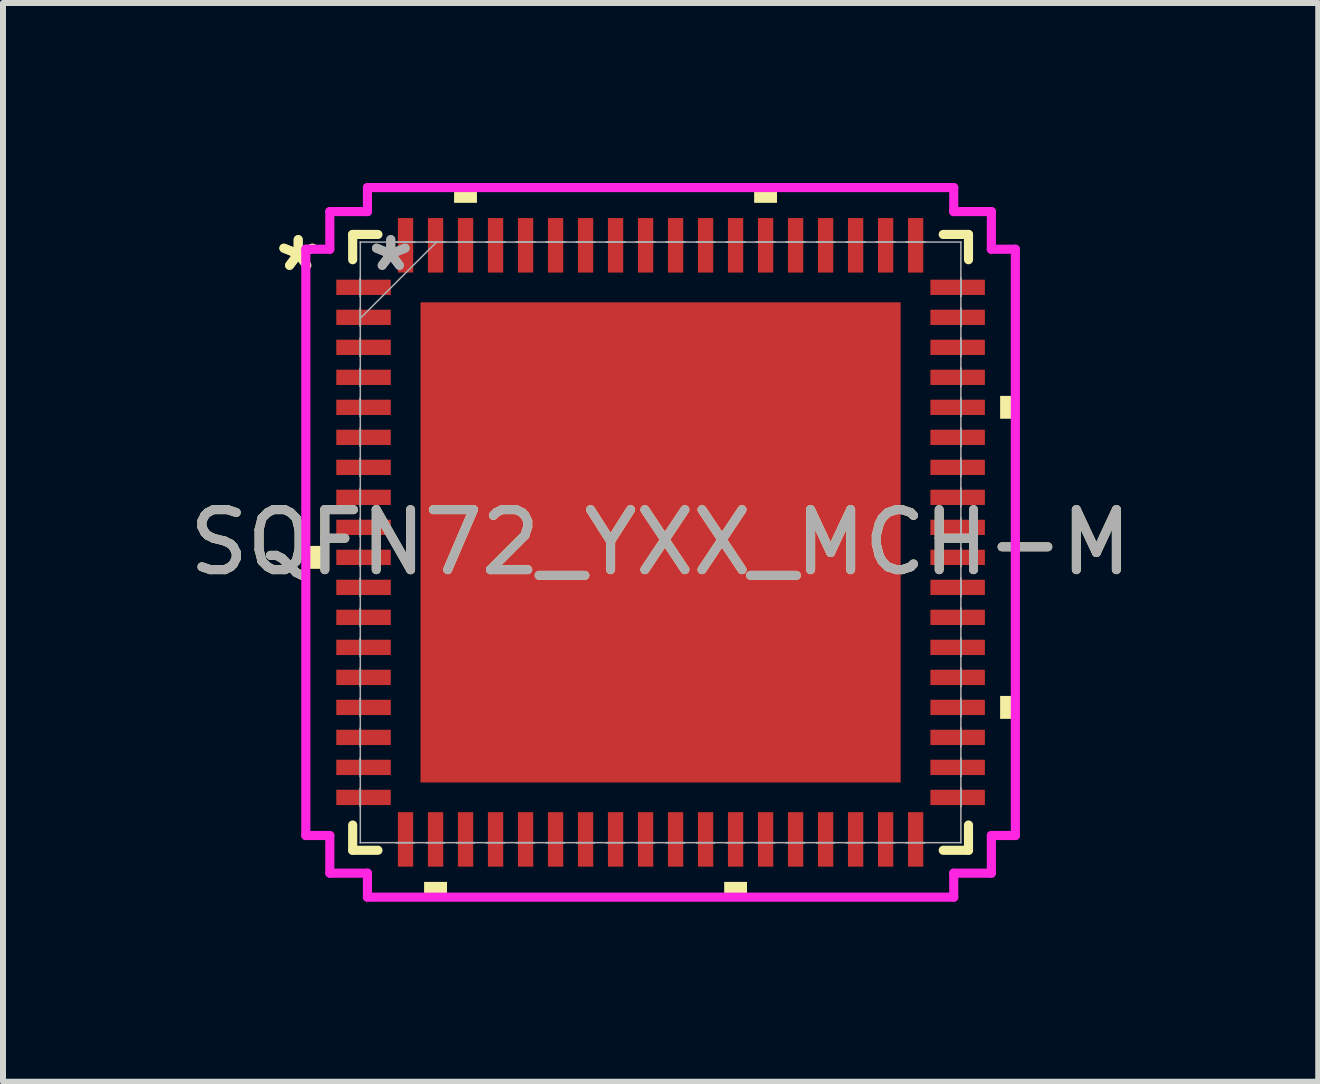
<source format=kicad_pcb>
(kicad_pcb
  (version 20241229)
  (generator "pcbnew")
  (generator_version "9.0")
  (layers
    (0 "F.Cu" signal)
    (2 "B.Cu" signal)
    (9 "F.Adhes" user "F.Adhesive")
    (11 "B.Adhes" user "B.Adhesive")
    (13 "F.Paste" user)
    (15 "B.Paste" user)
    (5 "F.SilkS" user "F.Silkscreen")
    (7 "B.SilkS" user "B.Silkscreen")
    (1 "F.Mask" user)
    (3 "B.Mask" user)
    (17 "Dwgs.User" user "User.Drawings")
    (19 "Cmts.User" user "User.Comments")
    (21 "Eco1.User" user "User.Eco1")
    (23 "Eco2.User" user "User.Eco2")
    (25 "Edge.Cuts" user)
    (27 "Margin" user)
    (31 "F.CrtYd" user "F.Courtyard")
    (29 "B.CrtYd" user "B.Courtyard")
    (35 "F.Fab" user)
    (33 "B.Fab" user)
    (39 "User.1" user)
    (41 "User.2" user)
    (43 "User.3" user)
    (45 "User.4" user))
  (footprint "SQFN72_YXX_MCH-M"
    (layer "F.Cu")
    (at 7.958 5.988)
    (property "Reference" "SQFN72_YXX_MCH-M" (at 0 0 0) (unlocked yes) (layer "F.SilkS") (effects (font (size 1 1) (thickness 0.15))))
    (attr smd)
    (fp_line (start -5.131 -5.131) (end -5.131 -4.71) (stroke (width 0.152) (type solid)) (layer "F.SilkS"))
    (fp_line (start -5.131 4.71) (end -5.131 5.131) (stroke (width 0.152) (type solid)) (layer "F.SilkS"))
    (fp_line (start -5.131 5.131) (end -4.71 5.131) (stroke (width 0.152) (type solid)) (layer "F.SilkS"))
    (fp_line (start -4.71 -5.131) (end -5.131 -5.131) (stroke (width 0.152) (type solid)) (layer "F.SilkS"))
    (fp_line (start 4.71 5.131) (end 5.131 5.131) (stroke (width 0.152) (type solid)) (layer "F.SilkS"))
    (fp_line (start 5.131 -5.131) (end 4.71 -5.131) (stroke (width 0.152) (type solid)) (layer "F.SilkS"))
    (fp_line (start 5.131 -4.71) (end 5.131 -5.131) (stroke (width 0.152) (type solid)) (layer "F.SilkS"))
    (fp_line (start 5.131 5.131) (end 5.131 4.71) (stroke (width 0.152) (type solid)) (layer "F.SilkS"))
    (fp_poly (pts (xy -5.912 0.059) (xy -5.912 0.441) (xy -5.658 0.441) (xy -5.658 0.059)) (stroke (width 0) (type solid)) (fill yes) (layer "F.SilkS"))
    (fp_poly (pts (xy -3.941 5.658) (xy -3.941 5.912) (xy -3.559 5.912) (xy -3.559 5.658)) (stroke (width 0) (type solid)) (fill yes) (layer "F.SilkS"))
    (fp_poly (pts (xy -3.441 -5.658) (xy -3.441 -5.912) (xy -3.06 -5.912) (xy -3.06 -5.658)) (stroke (width 0) (type solid)) (fill yes) (layer "F.SilkS"))
    (fp_poly (pts (xy 1.06 5.658) (xy 1.06 5.912) (xy 1.44 5.912) (xy 1.44 5.658)) (stroke (width 0) (type solid)) (fill yes) (layer "F.SilkS"))
    (fp_poly (pts (xy 1.559 -5.658) (xy 1.559 -5.912) (xy 1.94 -5.912) (xy 1.94 -5.658)) (stroke (width 0) (type solid)) (fill yes) (layer "F.SilkS"))
    (fp_poly (pts (xy 5.912 -2.441) (xy 5.912 -2.06) (xy 5.658 -2.06) (xy 5.658 -2.441)) (stroke (width 0) (type solid)) (fill yes) (layer "F.SilkS"))
    (fp_poly (pts (xy 5.912 2.559) (xy 5.912 2.941) (xy 5.658 2.941) (xy 5.658 2.559)) (stroke (width 0) (type solid)) (fill yes) (layer "F.SilkS"))
    (fp_poly (pts (xy -3.901 -3.901) (xy -3.901 -2.767) (xy -2.767 -2.767) (xy -2.767 -3.901)) (stroke (width 0) (type solid)) (fill yes) (layer "F.Paste"))
    (fp_poly (pts (xy -3.901 -2.567) (xy -3.901 -1.433) (xy -2.767 -1.433) (xy -2.767 -2.567)) (stroke (width 0) (type solid)) (fill yes) (layer "F.Paste"))
    (fp_poly (pts (xy -3.901 -1.234) (xy -3.901 -0.1) (xy -2.767 -0.1) (xy -2.767 -1.234)) (stroke (width 0) (type solid)) (fill yes) (layer "F.Paste"))
    (fp_poly (pts (xy -3.901 0.1) (xy -3.901 1.234) (xy -2.767 1.234) (xy -2.767 0.1)) (stroke (width 0) (type solid)) (fill yes) (layer "F.Paste"))
    (fp_poly (pts (xy -3.901 1.433) (xy -3.901 2.567) (xy -2.767 2.567) (xy -2.767 1.433)) (stroke (width 0) (type solid)) (fill yes) (layer "F.Paste"))
    (fp_poly (pts (xy -3.901 2.767) (xy -3.901 3.901) (xy -2.767 3.901) (xy -2.767 2.767)) (stroke (width 0) (type solid)) (fill yes) (layer "F.Paste"))
    (fp_poly (pts (xy -2.567 -3.901) (xy -2.567 -2.767) (xy -1.433 -2.767) (xy -1.433 -3.901)) (stroke (width 0) (type solid)) (fill yes) (layer "F.Paste"))
    (fp_poly (pts (xy -2.567 -2.567) (xy -2.567 -1.433) (xy -1.433 -1.433) (xy -1.433 -2.567)) (stroke (width 0) (type solid)) (fill yes) (layer "F.Paste"))
    (fp_poly (pts (xy -2.567 -1.234) (xy -2.567 -0.1) (xy -1.433 -0.1) (xy -1.433 -1.234)) (stroke (width 0) (type solid)) (fill yes) (layer "F.Paste"))
    (fp_poly (pts (xy -2.567 0.1) (xy -2.567 1.234) (xy -1.433 1.234) (xy -1.433 0.1)) (stroke (width 0) (type solid)) (fill yes) (layer "F.Paste"))
    (fp_poly (pts (xy -2.567 1.433) (xy -2.567 2.567) (xy -1.433 2.567) (xy -1.433 1.433)) (stroke (width 0) (type solid)) (fill yes) (layer "F.Paste"))
    (fp_poly (pts (xy -2.567 2.767) (xy -2.567 3.901) (xy -1.433 3.901) (xy -1.433 2.767)) (stroke (width 0) (type solid)) (fill yes) (layer "F.Paste"))
    (fp_poly (pts (xy -1.234 -3.901) (xy -1.234 -2.767) (xy -0.1 -2.767) (xy -0.1 -3.901)) (stroke (width 0) (type solid)) (fill yes) (layer "F.Paste"))
    (fp_poly (pts (xy -1.234 -2.567) (xy -1.234 -1.433) (xy -0.1 -1.433) (xy -0.1 -2.567)) (stroke (width 0) (type solid)) (fill yes) (layer "F.Paste"))
    (fp_poly (pts (xy -1.234 -1.234) (xy -1.234 -0.1) (xy -0.1 -0.1) (xy -0.1 -1.234)) (stroke (width 0) (type solid)) (fill yes) (layer "F.Paste"))
    (fp_poly (pts (xy -1.234 0.1) (xy -1.234 1.234) (xy -0.1 1.234) (xy -0.1 0.1)) (stroke (width 0) (type solid)) (fill yes) (layer "F.Paste"))
    (fp_poly (pts (xy -1.234 1.433) (xy -1.234 2.567) (xy -0.1 2.567) (xy -0.1 1.433)) (stroke (width 0) (type solid)) (fill yes) (layer "F.Paste"))
    (fp_poly (pts (xy -1.234 2.767) (xy -1.234 3.901) (xy -0.1 3.901) (xy -0.1 2.767)) (stroke (width 0) (type solid)) (fill yes) (layer "F.Paste"))
    (fp_poly (pts (xy 0.1 -3.901) (xy 0.1 -2.767) (xy 1.234 -2.767) (xy 1.234 -3.901)) (stroke (width 0) (type solid)) (fill yes) (layer "F.Paste"))
    (fp_poly (pts (xy 0.1 -2.567) (xy 0.1 -1.433) (xy 1.234 -1.433) (xy 1.234 -2.567)) (stroke (width 0) (type solid)) (fill yes) (layer "F.Paste"))
    (fp_poly (pts (xy 0.1 -1.234) (xy 0.1 -0.1) (xy 1.234 -0.1) (xy 1.234 -1.234)) (stroke (width 0) (type solid)) (fill yes) (layer "F.Paste"))
    (fp_poly (pts (xy 0.1 0.1) (xy 0.1 1.234) (xy 1.234 1.234) (xy 1.234 0.1)) (stroke (width 0) (type solid)) (fill yes) (layer "F.Paste"))
    (fp_poly (pts (xy 0.1 1.433) (xy 0.1 2.567) (xy 1.234 2.567) (xy 1.234 1.433)) (stroke (width 0) (type solid)) (fill yes) (layer "F.Paste"))
    (fp_poly (pts (xy 0.1 2.767) (xy 0.1 3.901) (xy 1.234 3.901) (xy 1.234 2.767)) (stroke (width 0) (type solid)) (fill yes) (layer "F.Paste"))
    (fp_poly (pts (xy 1.433 -3.901) (xy 1.433 -2.767) (xy 2.567 -2.767) (xy 2.567 -3.901)) (stroke (width 0) (type solid)) (fill yes) (layer "F.Paste"))
    (fp_poly (pts (xy 1.433 -2.567) (xy 1.433 -1.433) (xy 2.567 -1.433) (xy 2.567 -2.567)) (stroke (width 0) (type solid)) (fill yes) (layer "F.Paste"))
    (fp_poly (pts (xy 1.433 -1.234) (xy 1.433 -0.1) (xy 2.567 -0.1) (xy 2.567 -1.234)) (stroke (width 0) (type solid)) (fill yes) (layer "F.Paste"))
    (fp_poly (pts (xy 1.433 0.1) (xy 1.433 1.234) (xy 2.567 1.234) (xy 2.567 0.1)) (stroke (width 0) (type solid)) (fill yes) (layer "F.Paste"))
    (fp_poly (pts (xy 1.433 1.433) (xy 1.433 2.567) (xy 2.567 2.567) (xy 2.567 1.433)) (stroke (width 0) (type solid)) (fill yes) (layer "F.Paste"))
    (fp_poly (pts (xy 1.433 2.767) (xy 1.433 3.901) (xy 2.567 3.901) (xy 2.567 2.767)) (stroke (width 0) (type solid)) (fill yes) (layer "F.Paste"))
    (fp_poly (pts (xy 2.767 -3.901) (xy 2.767 -2.767) (xy 3.901 -2.767) (xy 3.901 -3.901)) (stroke (width 0) (type solid)) (fill yes) (layer "F.Paste"))
    (fp_poly (pts (xy 2.767 -2.567) (xy 2.767 -1.433) (xy 3.901 -1.433) (xy 3.901 -2.567)) (stroke (width 0) (type solid)) (fill yes) (layer "F.Paste"))
    (fp_poly (pts (xy 2.767 -1.234) (xy 2.767 -0.1) (xy 3.901 -0.1) (xy 3.901 -1.234)) (stroke (width 0) (type solid)) (fill yes) (layer "F.Paste"))
    (fp_poly (pts (xy 2.767 0.1) (xy 2.767 1.234) (xy 3.901 1.234) (xy 3.901 0.1)) (stroke (width 0) (type solid)) (fill yes) (layer "F.Paste"))
    (fp_poly (pts (xy 2.767 1.433) (xy 2.767 2.567) (xy 3.901 2.567) (xy 3.901 1.433)) (stroke (width 0) (type solid)) (fill yes) (layer "F.Paste"))
    (fp_poly (pts (xy 2.767 2.767) (xy 2.767 3.901) (xy 3.901 3.901) (xy 3.901 2.767)) (stroke (width 0) (type solid)) (fill yes) (layer "F.Paste"))
    (fp_line (start -5.912 -4.885) (end -5.512 -4.885) (stroke (width 0.152) (type solid)) (layer "F.CrtYd"))
    (fp_line (start -5.912 4.885) (end -5.912 -4.885) (stroke (width 0.152) (type solid)) (layer "F.CrtYd"))
    (fp_line (start -5.512 -5.512) (end -4.885 -5.512) (stroke (width 0.152) (type solid)) (layer "F.CrtYd"))
    (fp_line (start -5.512 -4.885) (end -5.512 -5.512) (stroke (width 0.152) (type solid)) (layer "F.CrtYd"))
    (fp_line (start -5.512 4.885) (end -5.912 4.885) (stroke (width 0.152) (type solid)) (layer "F.CrtYd"))
    (fp_line (start -5.512 5.512) (end -5.512 4.885) (stroke (width 0.152) (type solid)) (layer "F.CrtYd"))
    (fp_line (start -4.885 -5.912) (end 4.885 -5.912) (stroke (width 0.152) (type solid)) (layer "F.CrtYd"))
    (fp_line (start -4.885 -5.512) (end -4.885 -5.912) (stroke (width 0.152) (type solid)) (layer "F.CrtYd"))
    (fp_line (start -4.885 5.512) (end -5.512 5.512) (stroke (width 0.152) (type solid)) (layer "F.CrtYd"))
    (fp_line (start -4.885 5.912) (end -4.885 5.512) (stroke (width 0.152) (type solid)) (layer "F.CrtYd"))
    (fp_line (start 4.885 -5.912) (end 4.885 -5.512) (stroke (width 0.152) (type solid)) (layer "F.CrtYd"))
    (fp_line (start 4.885 -5.512) (end 5.512 -5.512) (stroke (width 0.152) (type solid)) (layer "F.CrtYd"))
    (fp_line (start 4.885 5.512) (end 4.885 5.912) (stroke (width 0.152) (type solid)) (layer "F.CrtYd"))
    (fp_line (start 4.885 5.912) (end -4.885 5.912) (stroke (width 0.152) (type solid)) (layer "F.CrtYd"))
    (fp_line (start 5.512 -5.512) (end 5.512 -4.885) (stroke (width 0.152) (type solid)) (layer "F.CrtYd"))
    (fp_line (start 5.512 -4.885) (end 5.912 -4.885) (stroke (width 0.152) (type solid)) (layer "F.CrtYd"))
    (fp_line (start 5.512 4.885) (end 5.512 5.512) (stroke (width 0.152) (type solid)) (layer "F.CrtYd"))
    (fp_line (start 5.512 5.512) (end 4.885 5.512) (stroke (width 0.152) (type solid)) (layer "F.CrtYd"))
    (fp_line (start 5.912 -4.885) (end 5.912 4.885) (stroke (width 0.152) (type solid)) (layer "F.CrtYd"))
    (fp_line (start 5.912 4.885) (end 5.512 4.885) (stroke (width 0.152) (type solid)) (layer "F.CrtYd"))
    (fp_line (start -5.004 -5.004) (end -5.004 -5.004) (stroke (width 0.025) (type solid)) (layer "F.Fab"))
    (fp_line (start -5.004 -5.004) (end -5.004 5.004) (stroke (width 0.025) (type solid)) (layer "F.Fab"))
    (fp_line (start -5.004 -4.402) (end -5.004 -4.402) (stroke (width 0.025) (type solid)) (layer "F.Fab"))
    (fp_line (start -5.004 -4.402) (end -5.004 -4.098) (stroke (width 0.025) (type solid)) (layer "F.Fab"))
    (fp_line (start -5.004 -4.098) (end -5.004 -4.402) (stroke (width 0.025) (type solid)) (layer "F.Fab"))
    (fp_line (start -5.004 -4.098) (end -5.004 -4.098) (stroke (width 0.025) (type solid)) (layer "F.Fab"))
    (fp_line (start -5.004 -3.902) (end -5.004 -3.902) (stroke (width 0.025) (type solid)) (layer "F.Fab"))
    (fp_line (start -5.004 -3.902) (end -5.004 -3.598) (stroke (width 0.025) (type solid)) (layer "F.Fab"))
    (fp_line (start -5.004 -3.734) (end -3.734 -5.004) (stroke (width 0.025) (type solid)) (layer "F.Fab"))
    (fp_line (start -5.004 -3.598) (end -5.004 -3.902) (stroke (width 0.025) (type solid)) (layer "F.Fab"))
    (fp_line (start -5.004 -3.598) (end -5.004 -3.598) (stroke (width 0.025) (type solid)) (layer "F.Fab"))
    (fp_line (start -5.004 -3.402) (end -5.004 -3.402) (stroke (width 0.025) (type solid)) (layer "F.Fab"))
    (fp_line (start -5.004 -3.402) (end -5.004 -3.098) (stroke (width 0.025) (type solid)) (layer "F.Fab"))
    (fp_line (start -5.004 -3.098) (end -5.004 -3.402) (stroke (width 0.025) (type solid)) (layer "F.Fab"))
    (fp_line (start -5.004 -3.098) (end -5.004 -3.098) (stroke (width 0.025) (type solid)) (layer "F.Fab"))
    (fp_line (start -5.004 -2.902) (end -5.004 -2.902) (stroke (width 0.025) (type solid)) (layer "F.Fab"))
    (fp_line (start -5.004 -2.902) (end -5.004 -2.598) (stroke (width 0.025) (type solid)) (layer "F.Fab"))
    (fp_line (start -5.004 -2.598) (end -5.004 -2.902) (stroke (width 0.025) (type solid)) (layer "F.Fab"))
    (fp_line (start -5.004 -2.598) (end -5.004 -2.598) (stroke (width 0.025) (type solid)) (layer "F.Fab"))
    (fp_line (start -5.004 -2.402) (end -5.004 -2.402) (stroke (width 0.025) (type solid)) (layer "F.Fab"))
    (fp_line (start -5.004 -2.402) (end -5.004 -2.098) (stroke (width 0.025) (type solid)) (layer "F.Fab"))
    (fp_line (start -5.004 -2.098) (end -5.004 -2.402) (stroke (width 0.025) (type solid)) (layer "F.Fab"))
    (fp_line (start -5.004 -2.098) (end -5.004 -2.098) (stroke (width 0.025) (type solid)) (layer "F.Fab"))
    (fp_line (start -5.004 -1.902) (end -5.004 -1.902) (stroke (width 0.025) (type solid)) (layer "F.Fab"))
    (fp_line (start -5.004 -1.902) (end -5.004 -1.598) (stroke (width 0.025) (type solid)) (layer "F.Fab"))
    (fp_line (start -5.004 -1.598) (end -5.004 -1.902) (stroke (width 0.025) (type solid)) (layer "F.Fab"))
    (fp_line (start -5.004 -1.598) (end -5.004 -1.598) (stroke (width 0.025) (type solid)) (layer "F.Fab"))
    (fp_line (start -5.004 -1.402) (end -5.004 -1.402) (stroke (width 0.025) (type solid)) (layer "F.Fab"))
    (fp_line (start -5.004 -1.402) (end -5.004 -1.098) (stroke (width 0.025) (type solid)) (layer "F.Fab"))
    (fp_line (start -5.004 -1.098) (end -5.004 -1.402) (stroke (width 0.025) (type solid)) (layer "F.Fab"))
    (fp_line (start -5.004 -1.098) (end -5.004 -1.098) (stroke (width 0.025) (type solid)) (layer "F.Fab"))
    (fp_line (start -5.004 -0.902) (end -5.004 -0.902) (stroke (width 0.025) (type solid)) (layer "F.Fab"))
    (fp_line (start -5.004 -0.902) (end -5.004 -0.598) (stroke (width 0.025) (type solid)) (layer "F.Fab"))
    (fp_line (start -5.004 -0.598) (end -5.004 -0.902) (stroke (width 0.025) (type solid)) (layer "F.Fab"))
    (fp_line (start -5.004 -0.598) (end -5.004 -0.598) (stroke (width 0.025) (type solid)) (layer "F.Fab"))
    (fp_line (start -5.004 -0.402) (end -5.004 -0.402) (stroke (width 0.025) (type solid)) (layer "F.Fab"))
    (fp_line (start -5.004 -0.402) (end -5.004 -0.098) (stroke (width 0.025) (type solid)) (layer "F.Fab"))
    (fp_line (start -5.004 -0.098) (end -5.004 -0.402) (stroke (width 0.025) (type solid)) (layer "F.Fab"))
    (fp_line (start -5.004 -0.098) (end -5.004 -0.098) (stroke (width 0.025) (type solid)) (layer "F.Fab"))
    (fp_line (start -5.004 0.098) (end -5.004 0.098) (stroke (width 0.025) (type solid)) (layer "F.Fab"))
    (fp_line (start -5.004 0.098) (end -5.004 0.402) (stroke (width 0.025) (type solid)) (layer "F.Fab"))
    (fp_line (start -5.004 0.402) (end -5.004 0.098) (stroke (width 0.025) (type solid)) (layer "F.Fab"))
    (fp_line (start -5.004 0.402) (end -5.004 0.402) (stroke (width 0.025) (type solid)) (layer "F.Fab"))
    (fp_line (start -5.004 0.598) (end -5.004 0.598) (stroke (width 0.025) (type solid)) (layer "F.Fab"))
    (fp_line (start -5.004 0.598) (end -5.004 0.902) (stroke (width 0.025) (type solid)) (layer "F.Fab"))
    (fp_line (start -5.004 0.902) (end -5.004 0.598) (stroke (width 0.025) (type solid)) (layer "F.Fab"))
    (fp_line (start -5.004 0.902) (end -5.004 0.902) (stroke (width 0.025) (type solid)) (layer "F.Fab"))
    (fp_line (start -5.004 1.098) (end -5.004 1.098) (stroke (width 0.025) (type solid)) (layer "F.Fab"))
    (fp_line (start -5.004 1.098) (end -5.004 1.402) (stroke (width 0.025) (type solid)) (layer "F.Fab"))
    (fp_line (start -5.004 1.402) (end -5.004 1.098) (stroke (width 0.025) (type solid)) (layer "F.Fab"))
    (fp_line (start -5.004 1.402) (end -5.004 1.402) (stroke (width 0.025) (type solid)) (layer "F.Fab"))
    (fp_line (start -5.004 1.598) (end -5.004 1.598) (stroke (width 0.025) (type solid)) (layer "F.Fab"))
    (fp_line (start -5.004 1.598) (end -5.004 1.902) (stroke (width 0.025) (type solid)) (layer "F.Fab"))
    (fp_line (start -5.004 1.902) (end -5.004 1.598) (stroke (width 0.025) (type solid)) (layer "F.Fab"))
    (fp_line (start -5.004 1.902) (end -5.004 1.902) (stroke (width 0.025) (type solid)) (layer "F.Fab"))
    (fp_line (start -5.004 2.098) (end -5.004 2.098) (stroke (width 0.025) (type solid)) (layer "F.Fab"))
    (fp_line (start -5.004 2.098) (end -5.004 2.402) (stroke (width 0.025) (type solid)) (layer "F.Fab"))
    (fp_line (start -5.004 2.402) (end -5.004 2.098) (stroke (width 0.025) (type solid)) (layer "F.Fab"))
    (fp_line (start -5.004 2.402) (end -5.004 2.402) (stroke (width 0.025) (type solid)) (layer "F.Fab"))
    (fp_line (start -5.004 2.598) (end -5.004 2.598) (stroke (width 0.025) (type solid)) (layer "F.Fab"))
    (fp_line (start -5.004 2.598) (end -5.004 2.902) (stroke (width 0.025) (type solid)) (layer "F.Fab"))
    (fp_line (start -5.004 2.902) (end -5.004 2.598) (stroke (width 0.025) (type solid)) (layer "F.Fab"))
    (fp_line (start -5.004 2.902) (end -5.004 2.902) (stroke (width 0.025) (type solid)) (layer "F.Fab"))
    (fp_line (start -5.004 3.098) (end -5.004 3.098) (stroke (width 0.025) (type solid)) (layer "F.Fab"))
    (fp_line (start -5.004 3.098) (end -5.004 3.402) (stroke (width 0.025) (type solid)) (layer "F.Fab"))
    (fp_line (start -5.004 3.402) (end -5.004 3.098) (stroke (width 0.025) (type solid)) (layer "F.Fab"))
    (fp_line (start -5.004 3.402) (end -5.004 3.402) (stroke (width 0.025) (type solid)) (layer "F.Fab"))
    (fp_line (start -5.004 3.598) (end -5.004 3.598) (stroke (width 0.025) (type solid)) (layer "F.Fab"))
    (fp_line (start -5.004 3.598) (end -5.004 3.902) (stroke (width 0.025) (type solid)) (layer "F.Fab"))
    (fp_line (start -5.004 3.902) (end -5.004 3.598) (stroke (width 0.025) (type solid)) (layer "F.Fab"))
    (fp_line (start -5.004 3.902) (end -5.004 3.902) (stroke (width 0.025) (type solid)) (layer "F.Fab"))
    (fp_line (start -5.004 4.098) (end -5.004 4.098) (stroke (width 0.025) (type solid)) (layer "F.Fab"))
    (fp_line (start -5.004 4.098) (end -5.004 4.402) (stroke (width 0.025) (type solid)) (layer "F.Fab"))
    (fp_line (start -5.004 4.402) (end -5.004 4.098) (stroke (width 0.025) (type solid)) (layer "F.Fab"))
    (fp_line (start -5.004 4.402) (end -5.004 4.402) (stroke (width 0.025) (type solid)) (layer "F.Fab"))
    (fp_line (start -5.004 5.004) (end -5.004 5.004) (stroke (width 0.025) (type solid)) (layer "F.Fab"))
    (fp_line (start -5.004 5.004) (end 5.004 5.004) (stroke (width 0.025) (type solid)) (layer "F.Fab"))
    (fp_line (start -4.402 -5.004) (end -4.402 -5.004) (stroke (width 0.025) (type solid)) (layer "F.Fab"))
    (fp_line (start -4.402 -5.004) (end -4.098 -5.004) (stroke (width 0.025) (type solid)) (layer "F.Fab"))
    (fp_line (start -4.402 5.004) (end -4.402 5.004) (stroke (width 0.025) (type solid)) (layer "F.Fab"))
    (fp_line (start -4.402 5.004) (end -4.098 5.004) (stroke (width 0.025) (type solid)) (layer "F.Fab"))
    (fp_line (start -4.098 -5.004) (end -4.402 -5.004) (stroke (width 0.025) (type solid)) (layer "F.Fab"))
    (fp_line (start -4.098 -5.004) (end -4.098 -5.004) (stroke (width 0.025) (type solid)) (layer "F.Fab"))
    (fp_line (start -4.098 5.004) (end -4.402 5.004) (stroke (width 0.025) (type solid)) (layer "F.Fab"))
    (fp_line (start -4.098 5.004) (end -4.098 5.004) (stroke (width 0.025) (type solid)) (layer "F.Fab"))
    (fp_line (start -3.902 -5.004) (end -3.902 -5.004) (stroke (width 0.025) (type solid)) (layer "F.Fab"))
    (fp_line (start -3.902 -5.004) (end -3.598 -5.004) (stroke (width 0.025) (type solid)) (layer "F.Fab"))
    (fp_line (start -3.902 5.004) (end -3.902 5.004) (stroke (width 0.025) (type solid)) (layer "F.Fab"))
    (fp_line (start -3.902 5.004) (end -3.598 5.004) (stroke (width 0.025) (type solid)) (layer "F.Fab"))
    (fp_line (start -3.598 -5.004) (end -3.902 -5.004) (stroke (width 0.025) (type solid)) (layer "F.Fab"))
    (fp_line (start -3.598 -5.004) (end -3.598 -5.004) (stroke (width 0.025) (type solid)) (layer "F.Fab"))
    (fp_line (start -3.598 5.004) (end -3.902 5.004) (stroke (width 0.025) (type solid)) (layer "F.Fab"))
    (fp_line (start -3.598 5.004) (end -3.598 5.004) (stroke (width 0.025) (type solid)) (layer "F.Fab"))
    (fp_line (start -3.402 -5.004) (end -3.402 -5.004) (stroke (width 0.025) (type solid)) (layer "F.Fab"))
    (fp_line (start -3.402 -5.004) (end -3.098 -5.004) (stroke (width 0.025) (type solid)) (layer "F.Fab"))
    (fp_line (start -3.402 5.004) (end -3.402 5.004) (stroke (width 0.025) (type solid)) (layer "F.Fab"))
    (fp_line (start -3.402 5.004) (end -3.098 5.004) (stroke (width 0.025) (type solid)) (layer "F.Fab"))
    (fp_line (start -3.098 -5.004) (end -3.402 -5.004) (stroke (width 0.025) (type solid)) (layer "F.Fab"))
    (fp_line (start -3.098 -5.004) (end -3.098 -5.004) (stroke (width 0.025) (type solid)) (layer "F.Fab"))
    (fp_line (start -3.098 5.004) (end -3.402 5.004) (stroke (width 0.025) (type solid)) (layer "F.Fab"))
    (fp_line (start -3.098 5.004) (end -3.098 5.004) (stroke (width 0.025) (type solid)) (layer "F.Fab"))
    (fp_line (start -2.902 -5.004) (end -2.902 -5.004) (stroke (width 0.025) (type solid)) (layer "F.Fab"))
    (fp_line (start -2.902 -5.004) (end -2.598 -5.004) (stroke (width 0.025) (type solid)) (layer "F.Fab"))
    (fp_line (start -2.902 5.004) (end -2.902 5.004) (stroke (width 0.025) (type solid)) (layer "F.Fab"))
    (fp_line (start -2.902 5.004) (end -2.598 5.004) (stroke (width 0.025) (type solid)) (layer "F.Fab"))
    (fp_line (start -2.598 -5.004) (end -2.902 -5.004) (stroke (width 0.025) (type solid)) (layer "F.Fab"))
    (fp_line (start -2.598 -5.004) (end -2.598 -5.004) (stroke (width 0.025) (type solid)) (layer "F.Fab"))
    (fp_line (start -2.598 5.004) (end -2.902 5.004) (stroke (width 0.025) (type solid)) (layer "F.Fab"))
    (fp_line (start -2.598 5.004) (end -2.598 5.004) (stroke (width 0.025) (type solid)) (layer "F.Fab"))
    (fp_line (start -2.402 -5.004) (end -2.402 -5.004) (stroke (width 0.025) (type solid)) (layer "F.Fab"))
    (fp_line (start -2.402 -5.004) (end -2.098 -5.004) (stroke (width 0.025) (type solid)) (layer "F.Fab"))
    (fp_line (start -2.402 5.004) (end -2.402 5.004) (stroke (width 0.025) (type solid)) (layer "F.Fab"))
    (fp_line (start -2.402 5.004) (end -2.098 5.004) (stroke (width 0.025) (type solid)) (layer "F.Fab"))
    (fp_line (start -2.098 -5.004) (end -2.402 -5.004) (stroke (width 0.025) (type solid)) (layer "F.Fab"))
    (fp_line (start -2.098 -5.004) (end -2.098 -5.004) (stroke (width 0.025) (type solid)) (layer "F.Fab"))
    (fp_line (start -2.098 5.004) (end -2.402 5.004) (stroke (width 0.025) (type solid)) (layer "F.Fab"))
    (fp_line (start -2.098 5.004) (end -2.098 5.004) (stroke (width 0.025) (type solid)) (layer "F.Fab"))
    (fp_line (start -1.902 -5.004) (end -1.902 -5.004) (stroke (width 0.025) (type solid)) (layer "F.Fab"))
    (fp_line (start -1.902 -5.004) (end -1.598 -5.004) (stroke (width 0.025) (type solid)) (layer "F.Fab"))
    (fp_line (start -1.902 5.004) (end -1.902 5.004) (stroke (width 0.025) (type solid)) (layer "F.Fab"))
    (fp_line (start -1.902 5.004) (end -1.598 5.004) (stroke (width 0.025) (type solid)) (layer "F.Fab"))
    (fp_line (start -1.598 -5.004) (end -1.902 -5.004) (stroke (width 0.025) (type solid)) (layer "F.Fab"))
    (fp_line (start -1.598 -5.004) (end -1.598 -5.004) (stroke (width 0.025) (type solid)) (layer "F.Fab"))
    (fp_line (start -1.598 5.004) (end -1.902 5.004) (stroke (width 0.025) (type solid)) (layer "F.Fab"))
    (fp_line (start -1.598 5.004) (end -1.598 5.004) (stroke (width 0.025) (type solid)) (layer "F.Fab"))
    (fp_line (start -1.402 -5.004) (end -1.402 -5.004) (stroke (width 0.025) (type solid)) (layer "F.Fab"))
    (fp_line (start -1.402 -5.004) (end -1.098 -5.004) (stroke (width 0.025) (type solid)) (layer "F.Fab"))
    (fp_line (start -1.402 5.004) (end -1.402 5.004) (stroke (width 0.025) (type solid)) (layer "F.Fab"))
    (fp_line (start -1.402 5.004) (end -1.098 5.004) (stroke (width 0.025) (type solid)) (layer "F.Fab"))
    (fp_line (start -1.098 -5.004) (end -1.402 -5.004) (stroke (width 0.025) (type solid)) (layer "F.Fab"))
    (fp_line (start -1.098 -5.004) (end -1.098 -5.004) (stroke (width 0.025) (type solid)) (layer "F.Fab"))
    (fp_line (start -1.098 5.004) (end -1.402 5.004) (stroke (width 0.025) (type solid)) (layer "F.Fab"))
    (fp_line (start -1.098 5.004) (end -1.098 5.004) (stroke (width 0.025) (type solid)) (layer "F.Fab"))
    (fp_line (start -0.902 -5.004) (end -0.902 -5.004) (stroke (width 0.025) (type solid)) (layer "F.Fab"))
    (fp_line (start -0.902 -5.004) (end -0.598 -5.004) (stroke (width 0.025) (type solid)) (layer "F.Fab"))
    (fp_line (start -0.902 5.004) (end -0.902 5.004) (stroke (width 0.025) (type solid)) (layer "F.Fab"))
    (fp_line (start -0.902 5.004) (end -0.598 5.004) (stroke (width 0.025) (type solid)) (layer "F.Fab"))
    (fp_line (start -0.598 -5.004) (end -0.902 -5.004) (stroke (width 0.025) (type solid)) (layer "F.Fab"))
    (fp_line (start -0.598 -5.004) (end -0.598 -5.004) (stroke (width 0.025) (type solid)) (layer "F.Fab"))
    (fp_line (start -0.598 5.004) (end -0.902 5.004) (stroke (width 0.025) (type solid)) (layer "F.Fab"))
    (fp_line (start -0.598 5.004) (end -0.598 5.004) (stroke (width 0.025) (type solid)) (layer "F.Fab"))
    (fp_line (start -0.402 -5.004) (end -0.402 -5.004) (stroke (width 0.025) (type solid)) (layer "F.Fab"))
    (fp_line (start -0.402 -5.004) (end -0.098 -5.004) (stroke (width 0.025) (type solid)) (layer "F.Fab"))
    (fp_line (start -0.402 5.004) (end -0.402 5.004) (stroke (width 0.025) (type solid)) (layer "F.Fab"))
    (fp_line (start -0.402 5.004) (end -0.098 5.004) (stroke (width 0.025) (type solid)) (layer "F.Fab"))
    (fp_line (start -0.098 -5.004) (end -0.402 -5.004) (stroke (width 0.025) (type solid)) (layer "F.Fab"))
    (fp_line (start -0.098 -5.004) (end -0.098 -5.004) (stroke (width 0.025) (type solid)) (layer "F.Fab"))
    (fp_line (start -0.098 5.004) (end -0.402 5.004) (stroke (width 0.025) (type solid)) (layer "F.Fab"))
    (fp_line (start -0.098 5.004) (end -0.098 5.004) (stroke (width 0.025) (type solid)) (layer "F.Fab"))
    (fp_line (start 0.098 -5.004) (end 0.098 -5.004) (stroke (width 0.025) (type solid)) (layer "F.Fab"))
    (fp_line (start 0.098 -5.004) (end 0.402 -5.004) (stroke (width 0.025) (type solid)) (layer "F.Fab"))
    (fp_line (start 0.098 5.004) (end 0.098 5.004) (stroke (width 0.025) (type solid)) (layer "F.Fab"))
    (fp_line (start 0.098 5.004) (end 0.402 5.004) (stroke (width 0.025) (type solid)) (layer "F.Fab"))
    (fp_line (start 0.402 -5.004) (end 0.098 -5.004) (stroke (width 0.025) (type solid)) (layer "F.Fab"))
    (fp_line (start 0.402 -5.004) (end 0.402 -5.004) (stroke (width 0.025) (type solid)) (layer "F.Fab"))
    (fp_line (start 0.402 5.004) (end 0.098 5.004) (stroke (width 0.025) (type solid)) (layer "F.Fab"))
    (fp_line (start 0.402 5.004) (end 0.402 5.004) (stroke (width 0.025) (type solid)) (layer "F.Fab"))
    (fp_line (start 0.598 -5.004) (end 0.598 -5.004) (stroke (width 0.025) (type solid)) (layer "F.Fab"))
    (fp_line (start 0.598 -5.004) (end 0.902 -5.004) (stroke (width 0.025) (type solid)) (layer "F.Fab"))
    (fp_line (start 0.598 5.004) (end 0.598 5.004) (stroke (width 0.025) (type solid)) (layer "F.Fab"))
    (fp_line (start 0.598 5.004) (end 0.902 5.004) (stroke (width 0.025) (type solid)) (layer "F.Fab"))
    (fp_line (start 0.902 -5.004) (end 0.598 -5.004) (stroke (width 0.025) (type solid)) (layer "F.Fab"))
    (fp_line (start 0.902 -5.004) (end 0.902 -5.004) (stroke (width 0.025) (type solid)) (layer "F.Fab"))
    (fp_line (start 0.902 5.004) (end 0.598 5.004) (stroke (width 0.025) (type solid)) (layer "F.Fab"))
    (fp_line (start 0.902 5.004) (end 0.902 5.004) (stroke (width 0.025) (type solid)) (layer "F.Fab"))
    (fp_line (start 1.098 -5.004) (end 1.098 -5.004) (stroke (width 0.025) (type solid)) (layer "F.Fab"))
    (fp_line (start 1.098 -5.004) (end 1.402 -5.004) (stroke (width 0.025) (type solid)) (layer "F.Fab"))
    (fp_line (start 1.098 5.004) (end 1.098 5.004) (stroke (width 0.025) (type solid)) (layer "F.Fab"))
    (fp_line (start 1.098 5.004) (end 1.402 5.004) (stroke (width 0.025) (type solid)) (layer "F.Fab"))
    (fp_line (start 1.402 -5.004) (end 1.098 -5.004) (stroke (width 0.025) (type solid)) (layer "F.Fab"))
    (fp_line (start 1.402 -5.004) (end 1.402 -5.004) (stroke (width 0.025) (type solid)) (layer "F.Fab"))
    (fp_line (start 1.402 5.004) (end 1.098 5.004) (stroke (width 0.025) (type solid)) (layer "F.Fab"))
    (fp_line (start 1.402 5.004) (end 1.402 5.004) (stroke (width 0.025) (type solid)) (layer "F.Fab"))
    (fp_line (start 1.598 -5.004) (end 1.598 -5.004) (stroke (width 0.025) (type solid)) (layer "F.Fab"))
    (fp_line (start 1.598 -5.004) (end 1.902 -5.004) (stroke (width 0.025) (type solid)) (layer "F.Fab"))
    (fp_line (start 1.598 5.004) (end 1.598 5.004) (stroke (width 0.025) (type solid)) (layer "F.Fab"))
    (fp_line (start 1.598 5.004) (end 1.902 5.004) (stroke (width 0.025) (type solid)) (layer "F.Fab"))
    (fp_line (start 1.902 -5.004) (end 1.598 -5.004) (stroke (width 0.025) (type solid)) (layer "F.Fab"))
    (fp_line (start 1.902 -5.004) (end 1.902 -5.004) (stroke (width 0.025) (type solid)) (layer "F.Fab"))
    (fp_line (start 1.902 5.004) (end 1.598 5.004) (stroke (width 0.025) (type solid)) (layer "F.Fab"))
    (fp_line (start 1.902 5.004) (end 1.902 5.004) (stroke (width 0.025) (type solid)) (layer "F.Fab"))
    (fp_line (start 2.098 -5.004) (end 2.098 -5.004) (stroke (width 0.025) (type solid)) (layer "F.Fab"))
    (fp_line (start 2.098 -5.004) (end 2.402 -5.004) (stroke (width 0.025) (type solid)) (layer "F.Fab"))
    (fp_line (start 2.098 5.004) (end 2.098 5.004) (stroke (width 0.025) (type solid)) (layer "F.Fab"))
    (fp_line (start 2.098 5.004) (end 2.402 5.004) (stroke (width 0.025) (type solid)) (layer "F.Fab"))
    (fp_line (start 2.402 -5.004) (end 2.098 -5.004) (stroke (width 0.025) (type solid)) (layer "F.Fab"))
    (fp_line (start 2.402 -5.004) (end 2.402 -5.004) (stroke (width 0.025) (type solid)) (layer "F.Fab"))
    (fp_line (start 2.402 5.004) (end 2.098 5.004) (stroke (width 0.025) (type solid)) (layer "F.Fab"))
    (fp_line (start 2.402 5.004) (end 2.402 5.004) (stroke (width 0.025) (type solid)) (layer "F.Fab"))
    (fp_line (start 2.598 -5.004) (end 2.598 -5.004) (stroke (width 0.025) (type solid)) (layer "F.Fab"))
    (fp_line (start 2.598 -5.004) (end 2.902 -5.004) (stroke (width 0.025) (type solid)) (layer "F.Fab"))
    (fp_line (start 2.598 5.004) (end 2.598 5.004) (stroke (width 0.025) (type solid)) (layer "F.Fab"))
    (fp_line (start 2.598 5.004) (end 2.902 5.004) (stroke (width 0.025) (type solid)) (layer "F.Fab"))
    (fp_line (start 2.902 -5.004) (end 2.598 -5.004) (stroke (width 0.025) (type solid)) (layer "F.Fab"))
    (fp_line (start 2.902 -5.004) (end 2.902 -5.004) (stroke (width 0.025) (type solid)) (layer "F.Fab"))
    (fp_line (start 2.902 5.004) (end 2.598 5.004) (stroke (width 0.025) (type solid)) (layer "F.Fab"))
    (fp_line (start 2.902 5.004) (end 2.902 5.004) (stroke (width 0.025) (type solid)) (layer "F.Fab"))
    (fp_line (start 3.098 -5.004) (end 3.098 -5.004) (stroke (width 0.025) (type solid)) (layer "F.Fab"))
    (fp_line (start 3.098 -5.004) (end 3.402 -5.004) (stroke (width 0.025) (type solid)) (layer "F.Fab"))
    (fp_line (start 3.098 5.004) (end 3.098 5.004) (stroke (width 0.025) (type solid)) (layer "F.Fab"))
    (fp_line (start 3.098 5.004) (end 3.402 5.004) (stroke (width 0.025) (type solid)) (layer "F.Fab"))
    (fp_line (start 3.402 -5.004) (end 3.098 -5.004) (stroke (width 0.025) (type solid)) (layer "F.Fab"))
    (fp_line (start 3.402 -5.004) (end 3.402 -5.004) (stroke (width 0.025) (type solid)) (layer "F.Fab"))
    (fp_line (start 3.402 5.004) (end 3.098 5.004) (stroke (width 0.025) (type solid)) (layer "F.Fab"))
    (fp_line (start 3.402 5.004) (end 3.402 5.004) (stroke (width 0.025) (type solid)) (layer "F.Fab"))
    (fp_line (start 3.598 -5.004) (end 3.598 -5.004) (stroke (width 0.025) (type solid)) (layer "F.Fab"))
    (fp_line (start 3.598 -5.004) (end 3.902 -5.004) (stroke (width 0.025) (type solid)) (layer "F.Fab"))
    (fp_line (start 3.598 5.004) (end 3.598 5.004) (stroke (width 0.025) (type solid)) (layer "F.Fab"))
    (fp_line (start 3.598 5.004) (end 3.902 5.004) (stroke (width 0.025) (type solid)) (layer "F.Fab"))
    (fp_line (start 3.902 -5.004) (end 3.598 -5.004) (stroke (width 0.025) (type solid)) (layer "F.Fab"))
    (fp_line (start 3.902 -5.004) (end 3.902 -5.004) (stroke (width 0.025) (type solid)) (layer "F.Fab"))
    (fp_line (start 3.902 5.004) (end 3.598 5.004) (stroke (width 0.025) (type solid)) (layer "F.Fab"))
    (fp_line (start 3.902 5.004) (end 3.902 5.004) (stroke (width 0.025) (type solid)) (layer "F.Fab"))
    (fp_line (start 4.098 -5.004) (end 4.098 -5.004) (stroke (width 0.025) (type solid)) (layer "F.Fab"))
    (fp_line (start 4.098 -5.004) (end 4.402 -5.004) (stroke (width 0.025) (type solid)) (layer "F.Fab"))
    (fp_line (start 4.098 5.004) (end 4.098 5.004) (stroke (width 0.025) (type solid)) (layer "F.Fab"))
    (fp_line (start 4.098 5.004) (end 4.402 5.004) (stroke (width 0.025) (type solid)) (layer "F.Fab"))
    (fp_line (start 4.402 -5.004) (end 4.098 -5.004) (stroke (width 0.025) (type solid)) (layer "F.Fab"))
    (fp_line (start 4.402 -5.004) (end 4.402 -5.004) (stroke (width 0.025) (type solid)) (layer "F.Fab"))
    (fp_line (start 4.402 5.004) (end 4.098 5.004) (stroke (width 0.025) (type solid)) (layer "F.Fab"))
    (fp_line (start 4.402 5.004) (end 4.402 5.004) (stroke (width 0.025) (type solid)) (layer "F.Fab"))
    (fp_line (start 5.004 -5.004) (end -5.004 -5.004) (stroke (width 0.025) (type solid)) (layer "F.Fab"))
    (fp_line (start 5.004 -5.004) (end 5.004 -5.004) (stroke (width 0.025) (type solid)) (layer "F.Fab"))
    (fp_line (start 5.004 -4.402) (end 5.004 -4.402) (stroke (width 0.025) (type solid)) (layer "F.Fab"))
    (fp_line (start 5.004 -4.402) (end 5.004 -4.098) (stroke (width 0.025) (type solid)) (layer "F.Fab"))
    (fp_line (start 5.004 -4.098) (end 5.004 -4.402) (stroke (width 0.025) (type solid)) (layer "F.Fab"))
    (fp_line (start 5.004 -4.098) (end 5.004 -4.098) (stroke (width 0.025) (type solid)) (layer "F.Fab"))
    (fp_line (start 5.004 -3.902) (end 5.004 -3.902) (stroke (width 0.025) (type solid)) (layer "F.Fab"))
    (fp_line (start 5.004 -3.902) (end 5.004 -3.598) (stroke (width 0.025) (type solid)) (layer "F.Fab"))
    (fp_line (start 5.004 -3.598) (end 5.004 -3.902) (stroke (width 0.025) (type solid)) (layer "F.Fab"))
    (fp_line (start 5.004 -3.598) (end 5.004 -3.598) (stroke (width 0.025) (type solid)) (layer "F.Fab"))
    (fp_line (start 5.004 -3.402) (end 5.004 -3.402) (stroke (width 0.025) (type solid)) (layer "F.Fab"))
    (fp_line (start 5.004 -3.402) (end 5.004 -3.098) (stroke (width 0.025) (type solid)) (layer "F.Fab"))
    (fp_line (start 5.004 -3.098) (end 5.004 -3.402) (stroke (width 0.025) (type solid)) (layer "F.Fab"))
    (fp_line (start 5.004 -3.098) (end 5.004 -3.098) (stroke (width 0.025) (type solid)) (layer "F.Fab"))
    (fp_line (start 5.004 -2.902) (end 5.004 -2.902) (stroke (width 0.025) (type solid)) (layer "F.Fab"))
    (fp_line (start 5.004 -2.902) (end 5.004 -2.598) (stroke (width 0.025) (type solid)) (layer "F.Fab"))
    (fp_line (start 5.004 -2.598) (end 5.004 -2.902) (stroke (width 0.025) (type solid)) (layer "F.Fab"))
    (fp_line (start 5.004 -2.598) (end 5.004 -2.598) (stroke (width 0.025) (type solid)) (layer "F.Fab"))
    (fp_line (start 5.004 -2.402) (end 5.004 -2.402) (stroke (width 0.025) (type solid)) (layer "F.Fab"))
    (fp_line (start 5.004 -2.402) (end 5.004 -2.098) (stroke (width 0.025) (type solid)) (layer "F.Fab"))
    (fp_line (start 5.004 -2.098) (end 5.004 -2.402) (stroke (width 0.025) (type solid)) (layer "F.Fab"))
    (fp_line (start 5.004 -2.098) (end 5.004 -2.098) (stroke (width 0.025) (type solid)) (layer "F.Fab"))
    (fp_line (start 5.004 -1.902) (end 5.004 -1.902) (stroke (width 0.025) (type solid)) (layer "F.Fab"))
    (fp_line (start 5.004 -1.902) (end 5.004 -1.598) (stroke (width 0.025) (type solid)) (layer "F.Fab"))
    (fp_line (start 5.004 -1.598) (end 5.004 -1.902) (stroke (width 0.025) (type solid)) (layer "F.Fab"))
    (fp_line (start 5.004 -1.598) (end 5.004 -1.598) (stroke (width 0.025) (type solid)) (layer "F.Fab"))
    (fp_line (start 5.004 -1.402) (end 5.004 -1.402) (stroke (width 0.025) (type solid)) (layer "F.Fab"))
    (fp_line (start 5.004 -1.402) (end 5.004 -1.098) (stroke (width 0.025) (type solid)) (layer "F.Fab"))
    (fp_line (start 5.004 -1.098) (end 5.004 -1.402) (stroke (width 0.025) (type solid)) (layer "F.Fab"))
    (fp_line (start 5.004 -1.098) (end 5.004 -1.098) (stroke (width 0.025) (type solid)) (layer "F.Fab"))
    (fp_line (start 5.004 -0.902) (end 5.004 -0.902) (stroke (width 0.025) (type solid)) (layer "F.Fab"))
    (fp_line (start 5.004 -0.902) (end 5.004 -0.598) (stroke (width 0.025) (type solid)) (layer "F.Fab"))
    (fp_line (start 5.004 -0.598) (end 5.004 -0.902) (stroke (width 0.025) (type solid)) (layer "F.Fab"))
    (fp_line (start 5.004 -0.598) (end 5.004 -0.598) (stroke (width 0.025) (type solid)) (layer "F.Fab"))
    (fp_line (start 5.004 -0.402) (end 5.004 -0.402) (stroke (width 0.025) (type solid)) (layer "F.Fab"))
    (fp_line (start 5.004 -0.402) (end 5.004 -0.098) (stroke (width 0.025) (type solid)) (layer "F.Fab"))
    (fp_line (start 5.004 -0.098) (end 5.004 -0.402) (stroke (width 0.025) (type solid)) (layer "F.Fab"))
    (fp_line (start 5.004 -0.098) (end 5.004 -0.098) (stroke (width 0.025) (type solid)) (layer "F.Fab"))
    (fp_line (start 5.004 0.098) (end 5.004 0.098) (stroke (width 0.025) (type solid)) (layer "F.Fab"))
    (fp_line (start 5.004 0.098) (end 5.004 0.402) (stroke (width 0.025) (type solid)) (layer "F.Fab"))
    (fp_line (start 5.004 0.402) (end 5.004 0.098) (stroke (width 0.025) (type solid)) (layer "F.Fab"))
    (fp_line (start 5.004 0.402) (end 5.004 0.402) (stroke (width 0.025) (type solid)) (layer "F.Fab"))
    (fp_line (start 5.004 0.598) (end 5.004 0.598) (stroke (width 0.025) (type solid)) (layer "F.Fab"))
    (fp_line (start 5.004 0.598) (end 5.004 0.902) (stroke (width 0.025) (type solid)) (layer "F.Fab"))
    (fp_line (start 5.004 0.902) (end 5.004 0.598) (stroke (width 0.025) (type solid)) (layer "F.Fab"))
    (fp_line (start 5.004 0.902) (end 5.004 0.902) (stroke (width 0.025) (type solid)) (layer "F.Fab"))
    (fp_line (start 5.004 1.098) (end 5.004 1.098) (stroke (width 0.025) (type solid)) (layer "F.Fab"))
    (fp_line (start 5.004 1.098) (end 5.004 1.402) (stroke (width 0.025) (type solid)) (layer "F.Fab"))
    (fp_line (start 5.004 1.402) (end 5.004 1.098) (stroke (width 0.025) (type solid)) (layer "F.Fab"))
    (fp_line (start 5.004 1.402) (end 5.004 1.402) (stroke (width 0.025) (type solid)) (layer "F.Fab"))
    (fp_line (start 5.004 1.598) (end 5.004 1.598) (stroke (width 0.025) (type solid)) (layer "F.Fab"))
    (fp_line (start 5.004 1.598) (end 5.004 1.902) (stroke (width 0.025) (type solid)) (layer "F.Fab"))
    (fp_line (start 5.004 1.902) (end 5.004 1.598) (stroke (width 0.025) (type solid)) (layer "F.Fab"))
    (fp_line (start 5.004 1.902) (end 5.004 1.902) (stroke (width 0.025) (type solid)) (layer "F.Fab"))
    (fp_line (start 5.004 2.098) (end 5.004 2.098) (stroke (width 0.025) (type solid)) (layer "F.Fab"))
    (fp_line (start 5.004 2.098) (end 5.004 2.402) (stroke (width 0.025) (type solid)) (layer "F.Fab"))
    (fp_line (start 5.004 2.402) (end 5.004 2.098) (stroke (width 0.025) (type solid)) (layer "F.Fab"))
    (fp_line (start 5.004 2.402) (end 5.004 2.402) (stroke (width 0.025) (type solid)) (layer "F.Fab"))
    (fp_line (start 5.004 2.598) (end 5.004 2.598) (stroke (width 0.025) (type solid)) (layer "F.Fab"))
    (fp_line (start 5.004 2.598) (end 5.004 2.902) (stroke (width 0.025) (type solid)) (layer "F.Fab"))
    (fp_line (start 5.004 2.902) (end 5.004 2.598) (stroke (width 0.025) (type solid)) (layer "F.Fab"))
    (fp_line (start 5.004 2.902) (end 5.004 2.902) (stroke (width 0.025) (type solid)) (layer "F.Fab"))
    (fp_line (start 5.004 3.098) (end 5.004 3.098) (stroke (width 0.025) (type solid)) (layer "F.Fab"))
    (fp_line (start 5.004 3.098) (end 5.004 3.402) (stroke (width 0.025) (type solid)) (layer "F.Fab"))
    (fp_line (start 5.004 3.402) (end 5.004 3.098) (stroke (width 0.025) (type solid)) (layer "F.Fab"))
    (fp_line (start 5.004 3.402) (end 5.004 3.402) (stroke (width 0.025) (type solid)) (layer "F.Fab"))
    (fp_line (start 5.004 3.598) (end 5.004 3.598) (stroke (width 0.025) (type solid)) (layer "F.Fab"))
    (fp_line (start 5.004 3.598) (end 5.004 3.902) (stroke (width 0.025) (type solid)) (layer "F.Fab"))
    (fp_line (start 5.004 3.902) (end 5.004 3.598) (stroke (width 0.025) (type solid)) (layer "F.Fab"))
    (fp_line (start 5.004 3.902) (end 5.004 3.902) (stroke (width 0.025) (type solid)) (layer "F.Fab"))
    (fp_line (start 5.004 4.098) (end 5.004 4.098) (stroke (width 0.025) (type solid)) (layer "F.Fab"))
    (fp_line (start 5.004 4.098) (end 5.004 4.402) (stroke (width 0.025) (type solid)) (layer "F.Fab"))
    (fp_line (start 5.004 4.402) (end 5.004 4.098) (stroke (width 0.025) (type solid)) (layer "F.Fab"))
    (fp_line (start 5.004 4.402) (end 5.004 4.402) (stroke (width 0.025) (type solid)) (layer "F.Fab"))
    (fp_line (start 5.004 5.004) (end 5.004 -5.004) (stroke (width 0.025) (type solid)) (layer "F.Fab"))
    (fp_line (start 5.004 5.004) (end 5.004 5.004) (stroke (width 0.025) (type solid)) (layer "F.Fab"))
    (fp_text user "*" (at -6.039 -4.5 0) (unlocked yes) (layer "F.SilkS") (effects (font (size 1 1) (thickness 0.15))))
    (fp_text user "*" (at -6.039 -4.5 0) (layer "F.SilkS") (effects (font (size 1 1) (thickness 0.15))))
    (fp_text user "${REFERENCE}" (at 0 0 0) (unlocked yes) (layer "F.Fab") (effects (font (size 1 1) (thickness 0.15))))
    (fp_text user "*" (at -4.496 -4.5 0) (layer "F.Fab") (effects (font (size 1 1) (thickness 0.15))))
    (fp_text user "*" (at -4.496 -4.5 0) (unlocked yes) (layer "F.Fab") (effects (font (size 1 1) (thickness 0.15))))
    (pad "1" smd rect (at -4.95 -4.25 90) (size 0.255 0.908) (layers "F.Cu" "F.Mask" "F.Paste"))
    (pad "2" smd rect (at -4.95 -3.75 90) (size 0.255 0.908) (layers "F.Cu" "F.Mask" "F.Paste"))
    (pad "3" smd rect (at -4.95 -3.25 90) (size 0.255 0.908) (layers "F.Cu" "F.Mask" "F.Paste"))
    (pad "4" smd rect (at -4.95 -2.75 90) (size 0.255 0.908) (layers "F.Cu" "F.Mask" "F.Paste"))
    (pad "5" smd rect (at -4.95 -2.25 90) (size 0.255 0.908) (layers "F.Cu" "F.Mask" "F.Paste"))
    (pad "6" smd rect (at -4.95 -1.75 90) (size 0.255 0.908) (layers "F.Cu" "F.Mask" "F.Paste"))
    (pad "7" smd rect (at -4.95 -1.25 90) (size 0.255 0.908) (layers "F.Cu" "F.Mask" "F.Paste"))
    (pad "8" smd rect (at -4.95 -0.75 90) (size 0.255 0.908) (layers "F.Cu" "F.Mask" "F.Paste"))
    (pad "9" smd rect (at -4.95 -0.25 90) (size 0.255 0.908) (layers "F.Cu" "F.Mask" "F.Paste"))
    (pad "10" smd rect (at -4.95 0.25 90) (size 0.255 0.908) (layers "F.Cu" "F.Mask" "F.Paste"))
    (pad "11" smd rect (at -4.95 0.75 90) (size 0.255 0.908) (layers "F.Cu" "F.Mask" "F.Paste"))
    (pad "12" smd rect (at -4.95 1.25 90) (size 0.255 0.908) (layers "F.Cu" "F.Mask" "F.Paste"))
    (pad "13" smd rect (at -4.95 1.75 90) (size 0.255 0.908) (layers "F.Cu" "F.Mask" "F.Paste"))
    (pad "14" smd rect (at -4.95 2.25 90) (size 0.255 0.908) (layers "F.Cu" "F.Mask" "F.Paste"))
    (pad "15" smd rect (at -4.95 2.75 90) (size 0.255 0.908) (layers "F.Cu" "F.Mask" "F.Paste"))
    (pad "16" smd rect (at -4.95 3.25 90) (size 0.255 0.908) (layers "F.Cu" "F.Mask" "F.Paste"))
    (pad "17" smd rect (at -4.95 3.75 90) (size 0.255 0.908) (layers "F.Cu" "F.Mask" "F.Paste"))
    (pad "18" smd rect (at -4.95 4.25 90) (size 0.255 0.908) (layers "F.Cu" "F.Mask" "F.Paste"))
    (pad "19" smd rect (at -4.25 4.95) (size 0.255 0.908) (layers "F.Cu" "F.Mask" "F.Paste"))
    (pad "20" smd rect (at -3.75 4.95) (size 0.255 0.908) (layers "F.Cu" "F.Mask" "F.Paste"))
    (pad "21" smd rect (at -3.25 4.95) (size 0.255 0.908) (layers "F.Cu" "F.Mask" "F.Paste"))
    (pad "22" smd rect (at -2.75 4.95) (size 0.255 0.908) (layers "F.Cu" "F.Mask" "F.Paste"))
    (pad "23" smd rect (at -2.25 4.95) (size 0.255 0.908) (layers "F.Cu" "F.Mask" "F.Paste"))
    (pad "24" smd rect (at -1.75 4.95) (size 0.255 0.908) (layers "F.Cu" "F.Mask" "F.Paste"))
    (pad "25" smd rect (at -1.25 4.95) (size 0.255 0.908) (layers "F.Cu" "F.Mask" "F.Paste"))
    (pad "26" smd rect (at -0.75 4.95) (size 0.255 0.908) (layers "F.Cu" "F.Mask" "F.Paste"))
    (pad "27" smd rect (at -0.25 4.95) (size 0.255 0.908) (layers "F.Cu" "F.Mask" "F.Paste"))
    (pad "28" smd rect (at 0.25 4.95) (size 0.255 0.908) (layers "F.Cu" "F.Mask" "F.Paste"))
    (pad "29" smd rect (at 0.75 4.95) (size 0.255 0.908) (layers "F.Cu" "F.Mask" "F.Paste"))
    (pad "30" smd rect (at 1.25 4.95) (size 0.255 0.908) (layers "F.Cu" "F.Mask" "F.Paste"))
    (pad "31" smd rect (at 1.75 4.95) (size 0.255 0.908) (layers "F.Cu" "F.Mask" "F.Paste"))
    (pad "32" smd rect (at 2.25 4.95) (size 0.255 0.908) (layers "F.Cu" "F.Mask" "F.Paste"))
    (pad "33" smd rect (at 2.75 4.95) (size 0.255 0.908) (layers "F.Cu" "F.Mask" "F.Paste"))
    (pad "34" smd rect (at 3.25 4.95) (size 0.255 0.908) (layers "F.Cu" "F.Mask" "F.Paste"))
    (pad "35" smd rect (at 3.75 4.95) (size 0.255 0.908) (layers "F.Cu" "F.Mask" "F.Paste"))
    (pad "36" smd rect (at 4.25 4.95) (size 0.255 0.908) (layers "F.Cu" "F.Mask" "F.Paste"))
    (pad "37" smd rect (at 4.95 4.25 90) (size 0.255 0.908) (layers "F.Cu" "F.Mask" "F.Paste"))
    (pad "38" smd rect (at 4.95 3.75 90) (size 0.255 0.908) (layers "F.Cu" "F.Mask" "F.Paste"))
    (pad "39" smd rect (at 4.95 3.25 90) (size 0.255 0.908) (layers "F.Cu" "F.Mask" "F.Paste"))
    (pad "40" smd rect (at 4.95 2.75 90) (size 0.255 0.908) (layers "F.Cu" "F.Mask" "F.Paste"))
    (pad "41" smd rect (at 4.95 2.25 90) (size 0.255 0.908) (layers "F.Cu" "F.Mask" "F.Paste"))
    (pad "42" smd rect (at 4.95 1.75 90) (size 0.255 0.908) (layers "F.Cu" "F.Mask" "F.Paste"))
    (pad "43" smd rect (at 4.95 1.25 90) (size 0.255 0.908) (layers "F.Cu" "F.Mask" "F.Paste"))
    (pad "44" smd rect (at 4.95 0.75 90) (size 0.255 0.908) (layers "F.Cu" "F.Mask" "F.Paste"))
    (pad "45" smd rect (at 4.95 0.25 90) (size 0.255 0.908) (layers "F.Cu" "F.Mask" "F.Paste"))
    (pad "46" smd rect (at 4.95 -0.25 90) (size 0.255 0.908) (layers "F.Cu" "F.Mask" "F.Paste"))
    (pad "47" smd rect (at 4.95 -0.75 90) (size 0.255 0.908) (layers "F.Cu" "F.Mask" "F.Paste"))
    (pad "48" smd rect (at 4.95 -1.25 90) (size 0.255 0.908) (layers "F.Cu" "F.Mask" "F.Paste"))
    (pad "49" smd rect (at 4.95 -1.75 90) (size 0.255 0.908) (layers "F.Cu" "F.Mask" "F.Paste"))
    (pad "50" smd rect (at 4.95 -2.25 90) (size 0.255 0.908) (layers "F.Cu" "F.Mask" "F.Paste"))
    (pad "51" smd rect (at 4.95 -2.75 90) (size 0.255 0.908) (layers "F.Cu" "F.Mask" "F.Paste"))
    (pad "52" smd rect (at 4.95 -3.25 90) (size 0.255 0.908) (layers "F.Cu" "F.Mask" "F.Paste"))
    (pad "53" smd rect (at 4.95 -3.75 90) (size 0.255 0.908) (layers "F.Cu" "F.Mask" "F.Paste"))
    (pad "54" smd rect (at 4.95 -4.25 90) (size 0.255 0.908) (layers "F.Cu" "F.Mask" "F.Paste"))
    (pad "55" smd rect (at 4.25 -4.95) (size 0.255 0.908) (layers "F.Cu" "F.Mask" "F.Paste"))
    (pad "56" smd rect (at 3.75 -4.95) (size 0.255 0.908) (layers "F.Cu" "F.Mask" "F.Paste"))
    (pad "57" smd rect (at 3.25 -4.95) (size 0.255 0.908) (layers "F.Cu" "F.Mask" "F.Paste"))
    (pad "58" smd rect (at 2.75 -4.95) (size 0.255 0.908) (layers "F.Cu" "F.Mask" "F.Paste"))
    (pad "59" smd rect (at 2.25 -4.95) (size 0.255 0.908) (layers "F.Cu" "F.Mask" "F.Paste"))
    (pad "60" smd rect (at 1.75 -4.95) (size 0.255 0.908) (layers "F.Cu" "F.Mask" "F.Paste"))
    (pad "61" smd rect (at 1.25 -4.95) (size 0.255 0.908) (layers "F.Cu" "F.Mask" "F.Paste"))
    (pad "62" smd rect (at 0.75 -4.95) (size 0.255 0.908) (layers "F.Cu" "F.Mask" "F.Paste"))
    (pad "63" smd rect (at 0.25 -4.95) (size 0.255 0.908) (layers "F.Cu" "F.Mask" "F.Paste"))
    (pad "64" smd rect (at -0.25 -4.95) (size 0.255 0.908) (layers "F.Cu" "F.Mask" "F.Paste"))
    (pad "65" smd rect (at -0.75 -4.95) (size 0.255 0.908) (layers "F.Cu" "F.Mask" "F.Paste"))
    (pad "66" smd rect (at -1.25 -4.95) (size 0.255 0.908) (layers "F.Cu" "F.Mask" "F.Paste"))
    (pad "67" smd rect (at -1.75 -4.95) (size 0.255 0.908) (layers "F.Cu" "F.Mask" "F.Paste"))
    (pad "68" smd rect (at -2.25 -4.95) (size 0.255 0.908) (layers "F.Cu" "F.Mask" "F.Paste"))
    (pad "69" smd rect (at -2.75 -4.95) (size 0.255 0.908) (layers "F.Cu" "F.Mask" "F.Paste"))
    (pad "70" smd rect (at -3.25 -4.95) (size 0.255 0.908) (layers "F.Cu" "F.Mask" "F.Paste"))
    (pad "71" smd rect (at -3.75 -4.95) (size 0.255 0.908) (layers "F.Cu" "F.Mask" "F.Paste"))
    (pad "72" smd rect (at -4.25 -4.95) (size 0.255 0.908) (layers "F.Cu" "F.Mask" "F.Paste"))
    (pad "EP" smd rect (at 0 0) (size 8.001 8.001) (layers "F.Cu" "F.Mask" "F.Paste")))
  (gr_rect
    (start -3 -3)
    (end 18.917 14.976)
    (stroke (width 0.1) (type default))
    (fill no)
    (layer "Edge.Cuts")))
</source>
